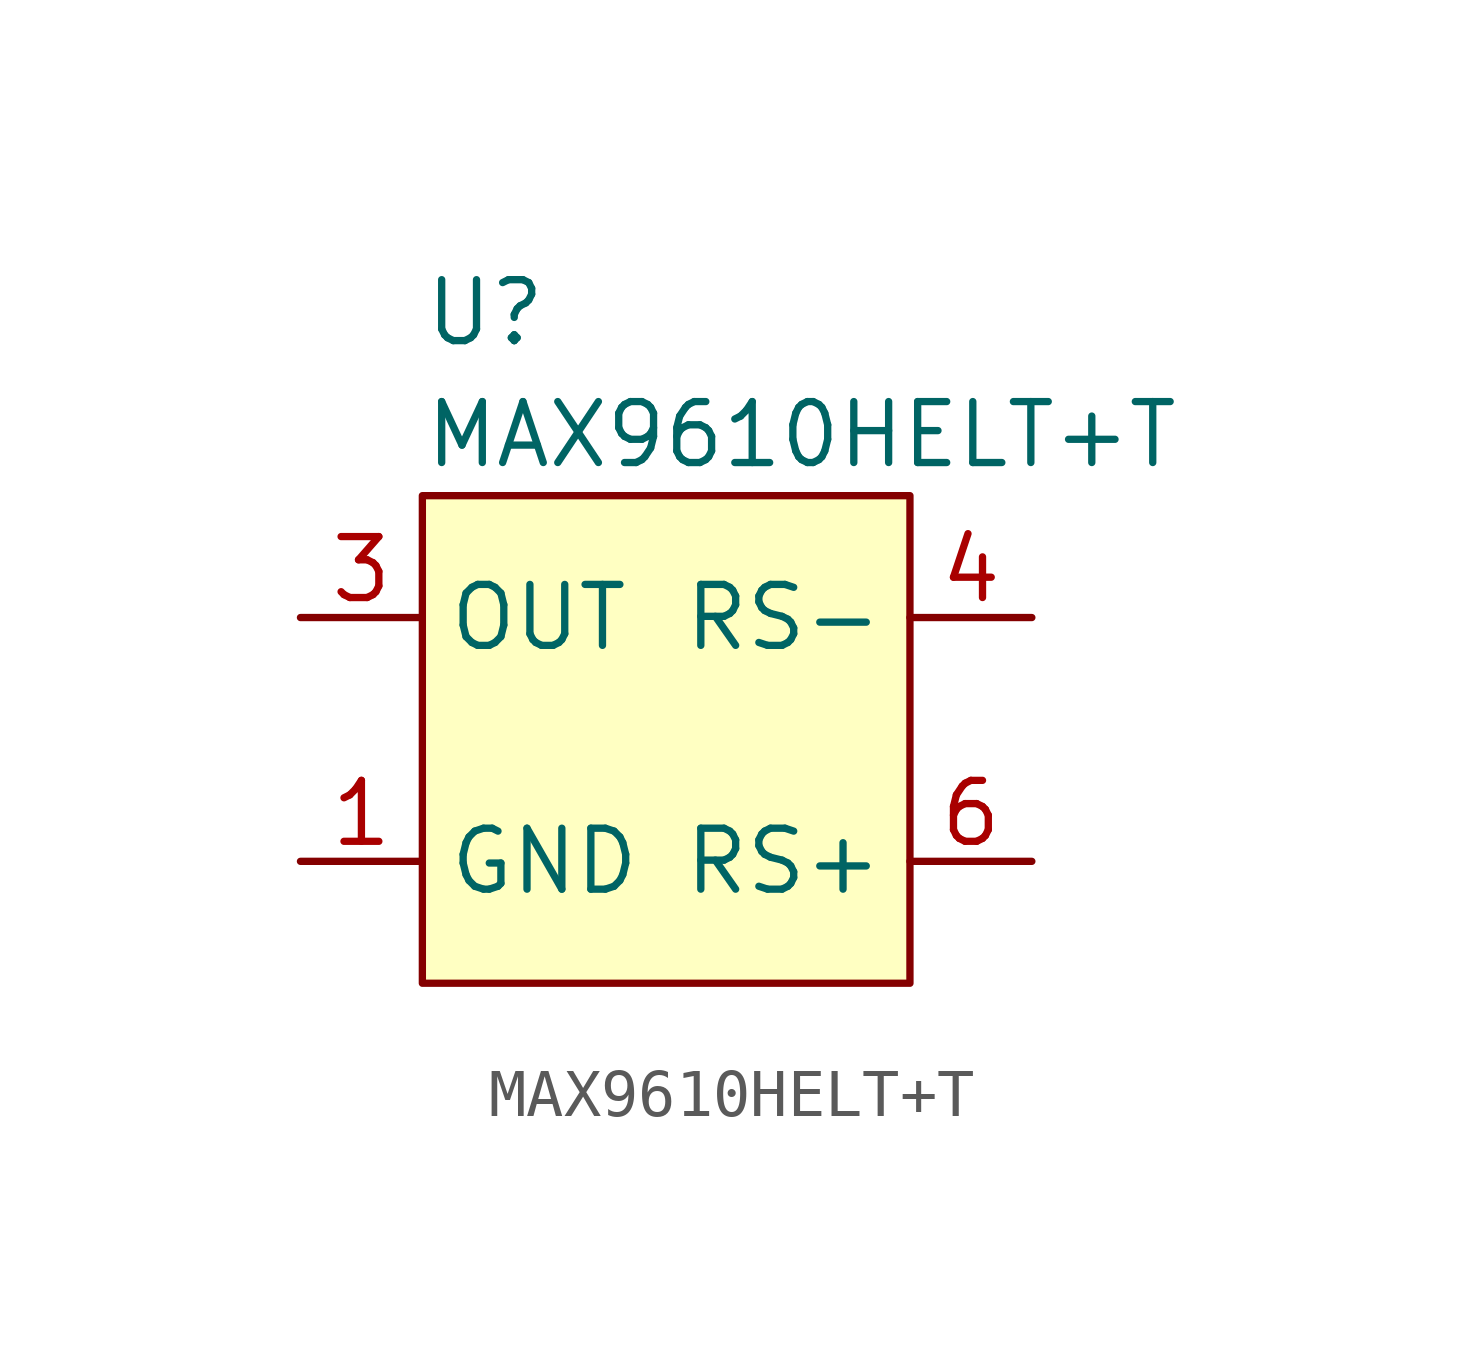
<source format=kicad_sym>
(kicad_symbol_lib
  (version 20211014)
  (generator kicad_symbol_editor)
  (symbol "MAX9610HELT+T"
    (property "Reference" "U"
      (at -5.08 8.89 0)
      (effects (font (size 1.27 1.27)) (justify left)))
    (property "Value" "MAX9610HELT+T"
      (at -5.08 6.35 0)
      (effects (font (size 1.27 1.27)) (justify left)))
    (symbol "MAX9610HELT+T_0_1"
      (rectangle (start -5.08 5.08) (end 5.08 -5.08) (stroke (width 0) (type default) (color 0 0 0 0)) (fill (type background))))
    (symbol "MAX9610HELT+T_1_1"
      (pin input line (at -7.62 -2.54 0) (length 2.54) (name "GND" (effects (font (size 1.27 1.27)))) (number "1" (effects (font (size 1.27 1.27)))))
      (pin input line (at -7.62 0 0) (length 2.54) hide (name "NC" (effects (font (size 1.27 1.27)))) (number "2" (effects (font (size 1.27 1.27)))))
      (pin input line (at -7.62 2.54 0) (length 2.54) (name "OUT" (effects (font (size 1.27 1.27)))) (number "3" (effects (font (size 1.27 1.27)))))
      (pin input line (at 7.62 2.54 180) (length 2.54) (name "RS-" (effects (font (size 1.27 1.27)))) (number "4" (effects (font (size 1.27 1.27)))))
      (pin input line (at 7.62 0 180) (length 2.54) hide (name "NC" (effects (font (size 1.27 1.27)))) (number "5" (effects (font (size 1.27 1.27)))))
      (pin input line (at 7.62 -2.54 180) (length 2.54) (name "RS+" (effects (font (size 1.27 1.27)))) (number "6" (effects (font (size 1.27 1.27))))))))
</source>
